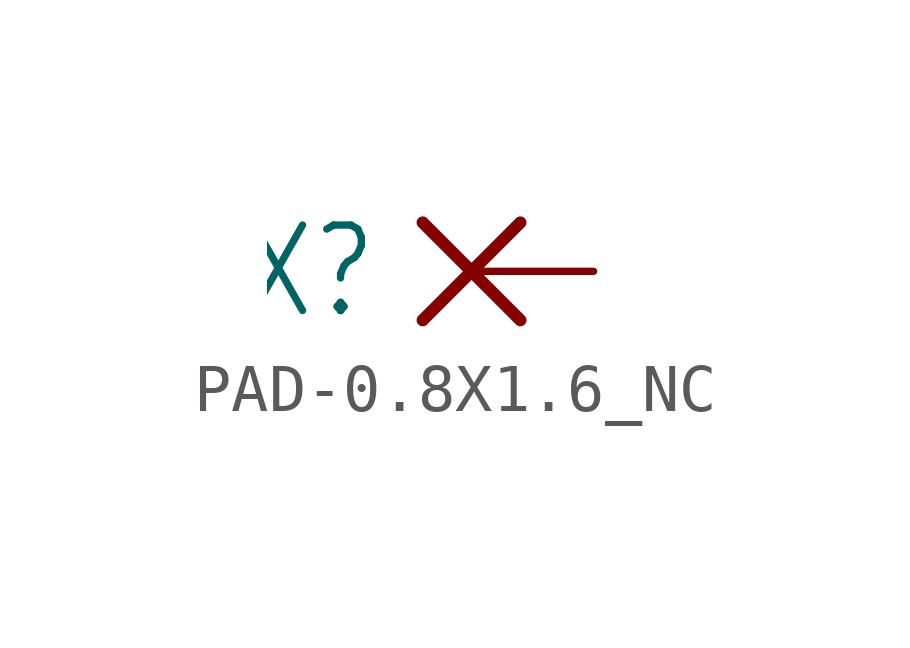
<source format=kicad_sym>
(kicad_symbol_lib
  (version 20231120)
  (generator "kicad_symbol_editor")
  (generator_version "8.0")
  (symbol "PAD-0.8X1.6_NC"
    (property "Reference" "X"
      (at -1.905 0 0)
      (effects (font (size 1.778 1.511)) (justify right)))
    (property "ki_locked" ""
      (at 0 0 0)
      (effects (font (size 1.27 1.27))))
    (symbol "PAD-0.8X1.6_NC_1_0"
      (polyline (pts (xy -1.016 -1.016) (xy 1.016 1.016)) (stroke (width 0.254) (type solid)) (fill (type none)))
      (polyline (pts (xy -1.016 1.016) (xy 1.016 -1.016)) (stroke (width 0.254) (type solid)) (fill (type none)))
      (pin passive line (at 2.54 0 180) (length 2.54) (name "P" (effects (font (size 0 0)))) (number "1" (effects (font (size 0 0))))))))
</source>
